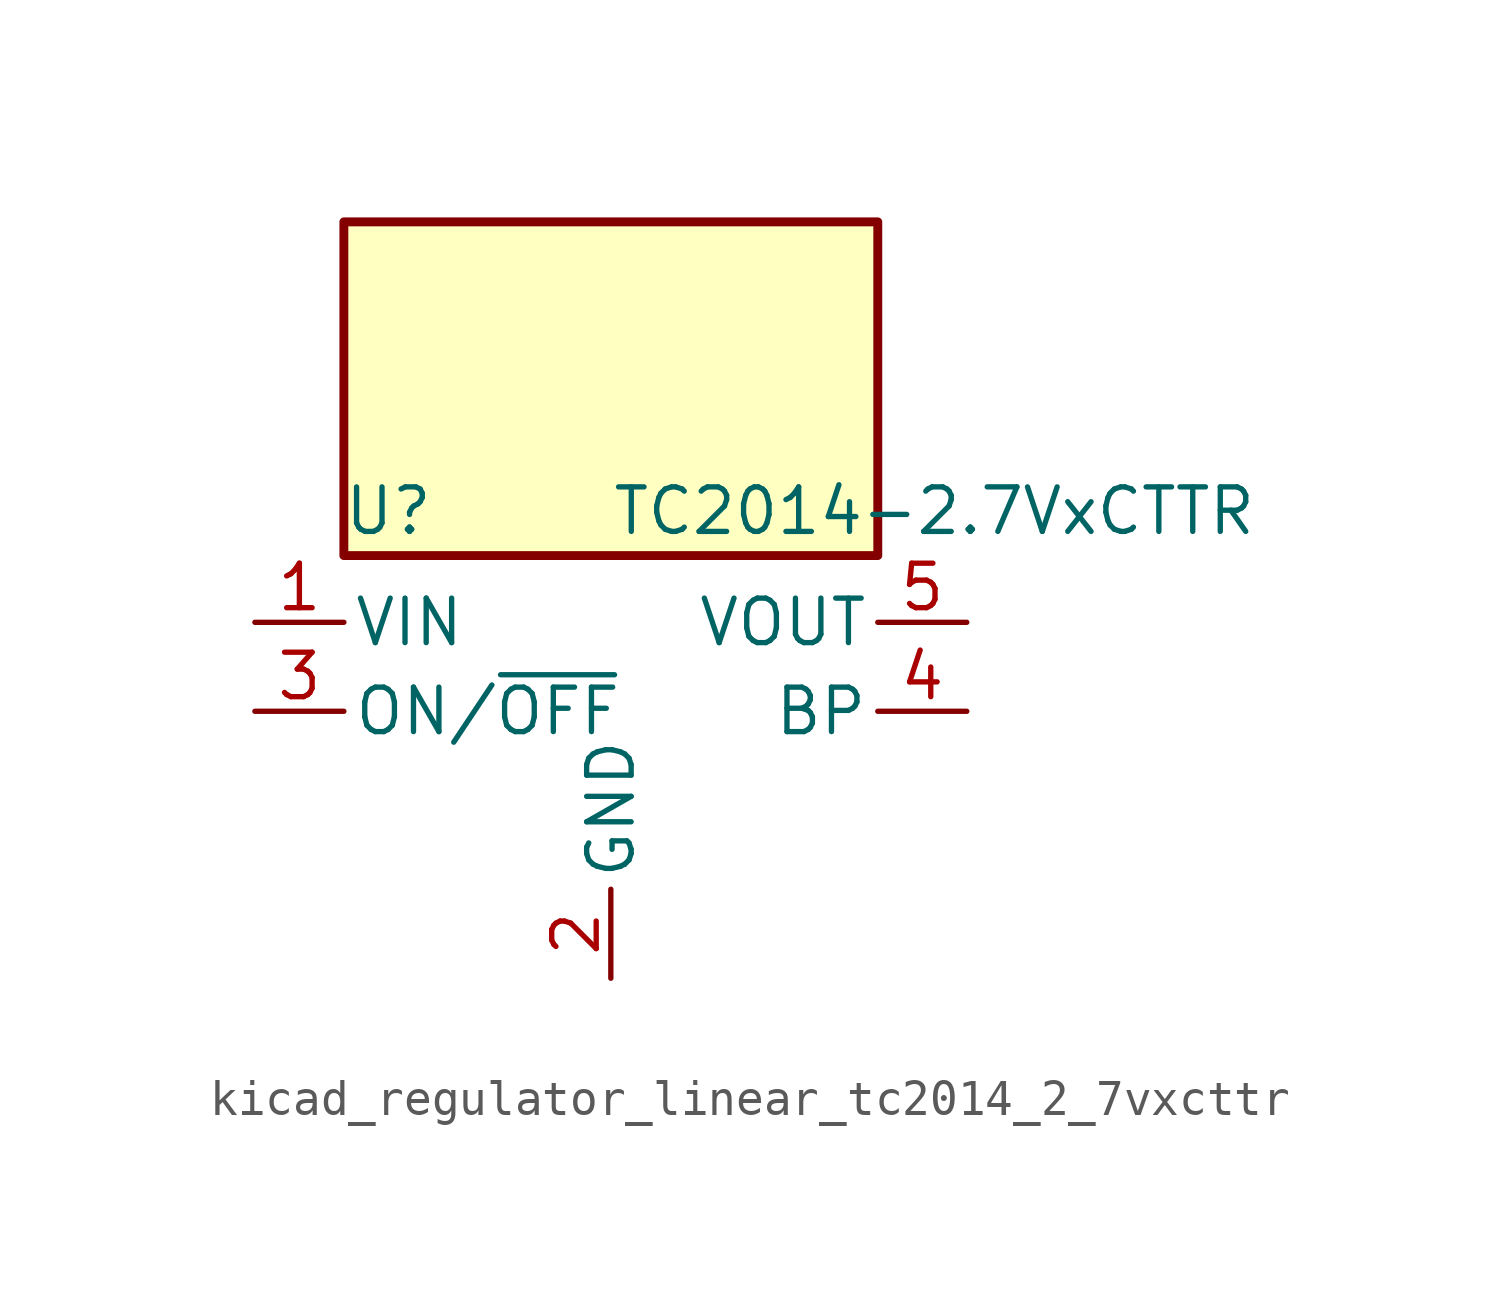
<source format=kicad_sym>
(kicad_symbol_lib
  (version 20220914)
  (generator kicad_symbol_editor)
  (symbol "kicad_regulator_linear_tc2014_2_7vxcttr"
    (pin_names
      (offset 0.254))
    (property "Reference" "U"
      (at -6.35 5.715 0)
      (effects (font (size 1.27 1.27))))
    (property "Value" "TC2014-2.7VxCTTR"
      (at 0 5.715 0)
      (effects (font (size 1.27 1.27)) (justify left)))
    (symbol "kicad_regulator_linear_tc2014_2_7vxcttr_0_1"
      (rectangle (start 7.62 13.97) (end -7.62 4.445) (stroke (width 0.254) (type default)) (fill (type background))))
    (symbol "kicad_regulator_linear_tc2014_2_7vxcttr_1_1"
      (pin power_in line (at -10.16 2.54 0) (length 2.54) (name "VIN" (effects (font (size 1.27 1.27)))) (number "1" (effects (font (size 1.27 1.27)))))
      (pin power_in line (at 0 -7.62 90) (length 2.54) (name "GND" (effects (font (size 1.27 1.27)))) (number "2" (effects (font (size 1.27 1.27)))))
      (pin input line (at -10.16 0 0) (length 2.54) (name "ON/~{OFF}" (effects (font (size 1.27 1.27)))) (number "3" (effects (font (size 1.27 1.27)))))
      (pin input line (at 10.16 0 180) (length 2.54) (name "BP" (effects (font (size 1.27 1.27)))) (number "4" (effects (font (size 1.27 1.27)))))
      (pin power_out line (at 10.16 2.54 180) (length 2.54) (name "VOUT" (effects (font (size 1.27 1.27)))) (number "5" (effects (font (size 1.27 1.27))))))))
</source>
